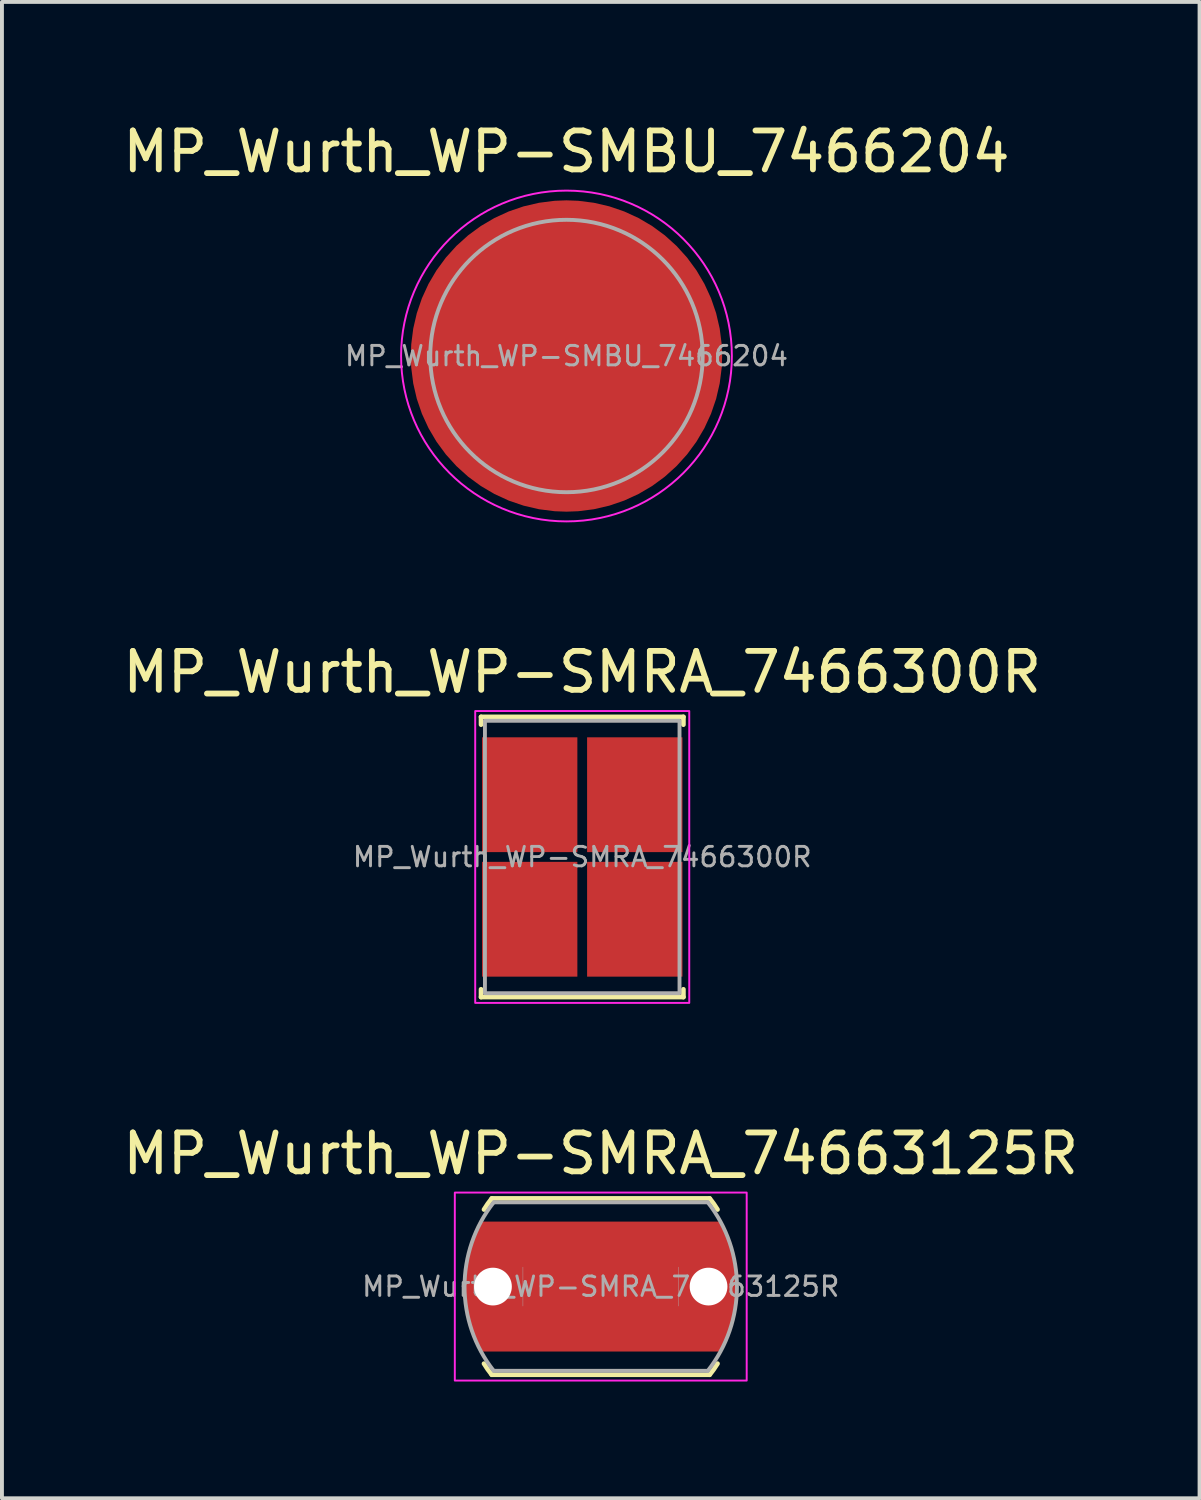
<source format=kicad_pcb>
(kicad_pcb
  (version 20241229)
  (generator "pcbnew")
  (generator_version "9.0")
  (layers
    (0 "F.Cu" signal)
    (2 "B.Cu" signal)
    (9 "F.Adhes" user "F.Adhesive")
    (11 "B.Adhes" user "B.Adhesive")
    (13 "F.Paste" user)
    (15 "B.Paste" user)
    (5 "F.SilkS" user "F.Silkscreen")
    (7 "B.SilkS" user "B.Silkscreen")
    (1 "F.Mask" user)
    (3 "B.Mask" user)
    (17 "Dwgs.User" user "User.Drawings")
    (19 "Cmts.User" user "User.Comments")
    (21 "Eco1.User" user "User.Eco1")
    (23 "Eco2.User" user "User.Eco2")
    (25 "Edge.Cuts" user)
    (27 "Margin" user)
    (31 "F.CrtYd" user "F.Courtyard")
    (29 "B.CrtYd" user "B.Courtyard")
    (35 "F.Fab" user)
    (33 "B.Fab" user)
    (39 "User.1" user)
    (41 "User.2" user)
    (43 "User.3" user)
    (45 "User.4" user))
  (footprint "MP_Wurth_WP-SMRA_74663125R"
    (layer "F.Cu")
    (at 12.387 30.01)
    (property "Reference" "MP_Wurth_WP-SMRA_74663125R" (at 0 -3.415 0) (unlocked yes) (layer "F.SilkS") (effects (font (size 1 1) (thickness 0.15))))
    (attr smd)
    (fp_poly (pts (xy 3.249 -1.319) (xy 3.249 -1.318) (xy 3.374 -0.953) (xy 3.374 -0.953) (xy 3.458 -0.577) (xy 3.459 -0.576) (xy 3.501 -0.193) (xy 3.501 -0.193) (xy 3.501 0.193) (xy 3.501 0.193) (xy 3.459 0.576) (xy 3.458 0.577) (xy 3.374 0.953) (xy 3.374 0.953) (xy 3.249 1.318) (xy 3.249 1.319) (xy 3.083 1.67) (xy -3.083 1.67) (xy -3.374 0.953) (xy -3.458 0.577) (xy -3.459 0.576) (xy -3.501 0.193) (xy -3.501 0.193) (xy -3.501 -0.193) (xy -3.501 -0.193) (xy -3.459 -0.576) (xy -3.458 -0.577) (xy -3.374 -0.953) (xy -3.374 -0.953) (xy -3.249 -1.318) (xy -3.249 -1.319) (xy -3.083 -1.67) (xy 3.083 -1.67)) (stroke (width 0) (type default)) (fill yes) (layer "F.Cu"))
    (fp_poly (pts (xy 3.438 -1.091) (xy 3.532 -0.734) (xy 3.532 -0.733) (xy 3.588 -0.369) (xy 3.588 -0.369) (xy 3.607 -0.000256) (xy 3.607 0.000256) (xy 3.588 0.369) (xy 3.588 0.369) (xy 3.532 0.733) (xy 3.532 0.734) (xy 3.438 1.091) (xy 3.438 1.091) (xy 3.309 1.436) (xy 3.308 1.437) (xy 3.143 1.77) (xy -3.143 1.77) (xy -3.438 1.091) (xy -3.532 0.734) (xy -3.532 0.733) (xy -3.588 0.369) (xy -3.588 0.369) (xy -3.607 0.000256) (xy -3.607 -0.000256) (xy -3.588 -0.369) (xy -3.588 -0.369) (xy -3.532 -0.733) (xy -3.532 -0.734) (xy -3.438 -1.091) (xy -3.438 -1.091) (xy -3.309 -1.436) (xy -3.308 -1.437) (xy -3.143 -1.77) (xy 3.143 -1.77)) (stroke (width 0) (type default)) (fill yes) (layer "F.Mask"))
    (fp_line (start -2.8 -2.265) (end 2.795 -2.265) (stroke (width 0.12) (type solid)) (layer "F.SilkS"))
    (fp_line (start -2.8 2.265) (end 2.795 2.265) (stroke (width 0.12) (type solid)) (layer "F.SilkS"))
    (fp_arc (start -3 -1.98) (mid -2.904656 -2.125767) (end -2.8 -2.265) (stroke (width 0.12) (type solid)) (layer "F.SilkS"))
    (fp_arc (start -2.8 2.265) (mid -2.904971 2.125988) (end -3 1.98) (stroke (width 0.12) (type solid)) (layer "F.SilkS"))
    (fp_arc (start 2.8 -2.265) (mid 2.904971 -2.125988) (end 3 -1.98) (stroke (width 0.12) (type solid)) (layer "F.SilkS"))
    (fp_arc (start 3 1.98) (mid 2.904656 2.125767) (end 2.8 2.265) (stroke (width 0.12) (type solid)) (layer "F.SilkS"))
    (fp_poly (pts (xy 3.362 -0.995) (xy 2.005 -0.995) (xy 2.005 -0.495) (xy -2.005 -0.495) (xy -2.005 -0.995) (xy -3.362 -0.995) (xy -3.239 -1.341) (xy -3.239 -1.342) (xy -3.083 -1.67) (xy 3.083 -1.67)) (stroke (width 0) (type default)) (fill yes) (layer "F.Paste"))
    (fp_poly (pts (xy 2.005 0.995) (xy 3.362 0.995) (xy 3.239 1.341) (xy 3.239 1.342) (xy 3.083 1.67) (xy -3.083 1.67) (xy -3.239 1.342) (xy -3.239 1.341) (xy -3.362 0.995) (xy -2.005 0.995) (xy -2.005 0.495) (xy 2.005 0.495)) (stroke (width 0) (type default)) (fill yes) (layer "F.Paste"))
    (fp_rect (start -3.75 -2.415) (end 3.75 2.415) (stroke (width 0.05) (type solid)) (fill no) (layer "F.CrtYd"))
    (fp_line (start -2.75 -2.165) (end 2.75 -2.165) (stroke (width 0.1) (type solid)) (layer "F.Fab"))
    (fp_line (start -2 -0.5) (end -2 0.5) (stroke (width 0.01) (type solid)) (layer "F.Fab"))
    (fp_line (start 2 -0.5) (end 2 0.5) (stroke (width 0.01) (type solid)) (layer "F.Fab"))
    (fp_line (start 2.75 2.165) (end -2.75 2.165) (stroke (width 0.1) (type solid)) (layer "F.Fab"))
    (fp_arc (start -2.75 2.165) (mid -3.499961 0) (end -2.75 -2.165) (stroke (width 0.1) (type solid)) (layer "F.Fab"))
    (fp_arc (start 2.75 -2.165) (mid 3.499961 0) (end 2.75 2.165) (stroke (width 0.1) (type solid)) (layer "F.Fab"))
    (fp_text user "${REFERENCE}" (at 0 0 0) (unlocked yes) (layer "F.Fab") (effects (font (size 0.5 0.5) (thickness 0.075))))
    (pad "" np_thru_hole circle (at -2.77 0) (size 0.97 0.97) (drill 0.97) (layers "*.Cu" "*.Mask"))
    (pad "" np_thru_hole circle (at 2.77 0) (size 0.97 0.97) (drill 0.97) (layers "*.Cu" "*.Mask"))
    (pad "1" smd rect (at 0 0) (size 3 3) (layers "F.Cu")))
  (footprint "MP_Wurth_WP-SMBU_7466204"
    (layer "F.Cu")
    (at 11.506 6.098)
    (property "Reference" "MP_Wurth_WP-SMBU_7466204" (at 0 -5.25 0) (unlocked yes) (layer "F.SilkS") (effects (font (size 1 1) (thickness 0.15))))
    (attr smd)
    (fp_poly (pts (xy -0.495 -0.495) (xy -3.876 -0.495) (xy -3.87 -0.541) (xy -3.87 -0.541) (xy -3.855 -0.631) (xy -3.84 -0.716) (xy -3.825 -0.796) (xy -3.825 -0.796) (xy -3.8 -0.906) (xy -3.8 -0.906) (xy -3.77 -1.026) (xy -3.77 -1.026) (xy -3.73 -1.161) (xy -3.73 -1.162) (xy -3.69 -1.282) (xy -3.69 -1.282) (xy -3.64 -1.417) (xy -3.64 -1.417) (xy -3.595 -1.527) (xy -3.595 -1.527) (xy -3.54 -1.652) (xy -3.539 -1.652) (xy -3.434 -1.862) (xy -3.434 -1.862) (xy -3.354 -2.002) (xy -3.354 -2.003) (xy -3.279 -2.123) (xy -3.279 -2.123) (xy -3.239 -2.183) (xy -3.239 -2.183) (xy -3.164 -2.288) (xy -3.109 -2.363) (xy -3.109 -2.363) (xy -3.039 -2.453) (xy -3.039 -2.453) (xy -2.959 -2.548) (xy -2.959 -2.548) (xy -2.879 -2.638) (xy -2.879 -2.638) (xy -2.814 -2.708) (xy -2.814 -2.709) (xy -2.734 -2.789) (xy -2.733 -2.789) (xy -2.653 -2.864) (xy -2.593 -2.919) (xy -2.538 -2.969) (xy -2.538 -2.969) (xy -2.493 -3.004) (xy -2.433 -3.054) (xy -2.358 -3.114) (xy -2.358 -3.114) (xy -2.303 -3.154) (xy -2.303 -3.154) (xy -2.238 -3.199) (xy -2.138 -3.269) (xy -2.138 -3.269) (xy -2.068 -3.314) (xy -2.068 -3.314) (xy -1.983 -3.364) (xy -1.918 -3.404) (xy -1.917 -3.404) (xy -1.842 -3.444) (xy -1.747 -3.494) (xy -1.747 -3.495) (xy -1.672 -3.53) (xy -1.612 -3.559) (xy -1.612 -3.56) (xy -1.552 -3.585) (xy -1.382 -3.655) (xy -1.382 -3.655) (xy -1.312 -3.68) (xy -1.257 -3.7) (xy -1.256 -3.7) (xy -1.096 -3.75) (xy -1.096 -3.75) (xy -1.001 -3.775) (xy -0.946 -3.79) (xy -0.946 -3.79) (xy -0.861 -3.81) (xy -0.861 -3.81) (xy -0.741 -3.835) (xy -0.741 -3.835) (xy -0.571 -3.865) (xy -0.571 -3.865) (xy -0.495 -3.876)) (stroke (width 0) (type default)) (fill yes) (layer "F.Paste"))
    (fp_poly (pts (xy -0.495 3.876) (xy -0.541 3.87) (xy -0.541 3.87) (xy -0.631 3.855) (xy -0.716 3.84) (xy -0.796 3.825) (xy -0.796 3.825) (xy -0.906 3.8) (xy -0.906 3.8) (xy -1.026 3.77) (xy -1.026 3.77) (xy -1.161 3.73) (xy -1.162 3.73) (xy -1.282 3.69) (xy -1.282 3.69) (xy -1.417 3.64) (xy -1.417 3.64) (xy -1.527 3.595) (xy -1.527 3.595) (xy -1.652 3.54) (xy -1.652 3.539) (xy -1.862 3.434) (xy -1.862 3.434) (xy -2.002 3.354) (xy -2.003 3.354) (xy -2.123 3.279) (xy -2.123 3.279) (xy -2.183 3.239) (xy -2.183 3.239) (xy -2.288 3.164) (xy -2.363 3.109) (xy -2.363 3.109) (xy -2.453 3.039) (xy -2.453 3.039) (xy -2.548 2.959) (xy -2.548 2.959) (xy -2.638 2.879) (xy -2.638 2.879) (xy -2.708 2.814) (xy -2.709 2.814) (xy -2.789 2.734) (xy -2.789 2.733) (xy -2.864 2.653) (xy -2.919 2.593) (xy -2.969 2.538) (xy -2.969 2.538) (xy -3.004 2.493) (xy -3.054 2.433) (xy -3.114 2.358) (xy -3.114 2.358) (xy -3.154 2.303) (xy -3.154 2.303) (xy -3.199 2.238) (xy -3.269 2.138) (xy -3.269 2.138) (xy -3.314 2.068) (xy -3.314 2.068) (xy -3.364 1.983) (xy -3.404 1.918) (xy -3.404 1.917) (xy -3.444 1.842) (xy -3.494 1.747) (xy -3.495 1.747) (xy -3.53 1.672) (xy -3.559 1.612) (xy -3.56 1.612) (xy -3.585 1.552) (xy -3.655 1.382) (xy -3.655 1.382) (xy -3.68 1.312) (xy -3.7 1.257) (xy -3.7 1.256) (xy -3.75 1.096) (xy -3.75 1.096) (xy -3.775 1.001) (xy -3.79 0.946) (xy -3.79 0.946) (xy -3.81 0.861) (xy -3.81 0.861) (xy -3.835 0.741) (xy -3.835 0.741) (xy -3.865 0.571) (xy -3.865 0.571) (xy -3.876 0.495) (xy -0.495 0.495)) (stroke (width 0) (type default)) (fill yes) (layer "F.Paste"))
    (fp_poly (pts (xy 0.541 -3.87) (xy 0.541 -3.87) (xy 0.631 -3.855) (xy 0.716 -3.84) (xy 0.796 -3.825) (xy 0.796 -3.825) (xy 0.906 -3.8) (xy 0.906 -3.8) (xy 1.026 -3.77) (xy 1.026 -3.77) (xy 1.161 -3.73) (xy 1.162 -3.73) (xy 1.282 -3.69) (xy 1.282 -3.69) (xy 1.417 -3.64) (xy 1.417 -3.64) (xy 1.527 -3.595) (xy 1.527 -3.595) (xy 1.652 -3.54) (xy 1.652 -3.539) (xy 1.862 -3.434) (xy 1.862 -3.434) (xy 2.002 -3.354) (xy 2.003 -3.354) (xy 2.123 -3.279) (xy 2.123 -3.279) (xy 2.183 -3.239) (xy 2.183 -3.239) (xy 2.288 -3.164) (xy 2.363 -3.109) (xy 2.363 -3.109) (xy 2.453 -3.039) (xy 2.453 -3.039) (xy 2.548 -2.959) (xy 2.548 -2.959) (xy 2.638 -2.879) (xy 2.638 -2.879) (xy 2.708 -2.814) (xy 2.709 -2.814) (xy 2.789 -2.734) (xy 2.789 -2.733) (xy 2.864 -2.653) (xy 2.919 -2.593) (xy 2.969 -2.538) (xy 2.969 -2.538) (xy 3.004 -2.493) (xy 3.054 -2.433) (xy 3.114 -2.358) (xy 3.114 -2.358) (xy 3.154 -2.303) (xy 3.154 -2.303) (xy 3.199 -2.238) (xy 3.269 -2.138) (xy 3.269 -2.138) (xy 3.314 -2.068) (xy 3.314 -2.068) (xy 3.364 -1.983) (xy 3.404 -1.918) (xy 3.404 -1.917) (xy 3.444 -1.842) (xy 3.494 -1.747) (xy 3.495 -1.747) (xy 3.53 -1.672) (xy 3.559 -1.612) (xy 3.56 -1.612) (xy 3.585 -1.552) (xy 3.655 -1.382) (xy 3.655 -1.382) (xy 3.68 -1.312) (xy 3.7 -1.257) (xy 3.7 -1.256) (xy 3.75 -1.096) (xy 3.75 -1.096) (xy 3.775 -1.001) (xy 3.79 -0.946) (xy 3.79 -0.946) (xy 3.81 -0.861) (xy 3.81 -0.861) (xy 3.835 -0.741) (xy 3.835 -0.741) (xy 3.865 -0.571) (xy 3.865 -0.571) (xy 3.876 -0.495) (xy 0.495 -0.495) (xy 0.495 -3.876)) (stroke (width 0) (type default)) (fill yes) (layer "F.Paste"))
    (fp_poly (pts (xy 3.87 0.541) (xy 3.87 0.541) (xy 3.855 0.631) (xy 3.84 0.716) (xy 3.825 0.796) (xy 3.825 0.796) (xy 3.8 0.906) (xy 3.8 0.906) (xy 3.77 1.026) (xy 3.77 1.026) (xy 3.73 1.161) (xy 3.73 1.162) (xy 3.69 1.282) (xy 3.69 1.282) (xy 3.64 1.417) (xy 3.64 1.417) (xy 3.595 1.527) (xy 3.595 1.527) (xy 3.54 1.652) (xy 3.539 1.652) (xy 3.434 1.862) (xy 3.434 1.862) (xy 3.354 2.002) (xy 3.354 2.003) (xy 3.279 2.123) (xy 3.279 2.123) (xy 3.239 2.183) (xy 3.239 2.183) (xy 3.164 2.288) (xy 3.109 2.363) (xy 3.109 2.363) (xy 3.039 2.453) (xy 3.039 2.453) (xy 2.959 2.548) (xy 2.959 2.548) (xy 2.879 2.638) (xy 2.879 2.638) (xy 2.814 2.708) (xy 2.814 2.709) (xy 2.734 2.789) (xy 2.733 2.789) (xy 2.653 2.864) (xy 2.593 2.919) (xy 2.538 2.969) (xy 2.538 2.969) (xy 2.493 3.004) (xy 2.433 3.054) (xy 2.358 3.114) (xy 2.358 3.114) (xy 2.303 3.154) (xy 2.303 3.154) (xy 2.238 3.199) (xy 2.138 3.269) (xy 2.138 3.269) (xy 2.068 3.314) (xy 2.068 3.314) (xy 1.983 3.364) (xy 1.918 3.404) (xy 1.917 3.404) (xy 1.842 3.444) (xy 1.747 3.494) (xy 1.747 3.495) (xy 1.672 3.53) (xy 1.612 3.559) (xy 1.612 3.56) (xy 1.552 3.585) (xy 1.382 3.655) (xy 1.382 3.655) (xy 1.312 3.68) (xy 1.257 3.7) (xy 1.256 3.7) (xy 1.096 3.75) (xy 1.096 3.75) (xy 1.001 3.775) (xy 0.946 3.79) (xy 0.946 3.79) (xy 0.861 3.81) (xy 0.861 3.81) (xy 0.741 3.835) (xy 0.741 3.835) (xy 0.571 3.865) (xy 0.571 3.865) (xy 0.495 3.876) (xy 0.495 0.495) (xy 3.876 0.495)) (stroke (width 0) (type default)) (fill yes) (layer "F.Paste"))
    (fp_circle (center 0 0) (end 4.25 0) (stroke (width 0.05) (type solid)) (fill no) (layer "F.CrtYd"))
    (fp_circle (center 0 0) (end 3.5 0) (stroke (width 0.1) (type solid)) (fill no) (layer "F.Fab"))
    (fp_text user "${REFERENCE}" (at 0 0 0) (unlocked yes) (layer "F.Fab") (effects (font (size 0.5 0.5) (thickness 0.075))))
    (pad "1" smd roundrect (at 0 0) (size 8 8) (layers "F.Cu" "F.Mask") (roundrect_rratio 0.5)))
  (footprint "MP_Wurth_WP-SMRA_7466300R"
    (layer "F.Cu")
    (at 11.911 18.971)
    (property "Reference" "MP_Wurth_WP-SMRA_7466300R" (at 0 -4.75 0) (unlocked yes) (layer "F.SilkS") (effects (font (size 1 1) (thickness 0.15))))
    (attr smd)
    (fp_line (start -2.6 -3.6) (end -2.6 -3.4) (stroke (width 0.12) (type solid)) (layer "F.SilkS"))
    (fp_line (start -2.6 3.4) (end -2.6 3.6) (stroke (width 0.12) (type solid)) (layer "F.SilkS"))
    (fp_line (start -2.6 3.6) (end 2.6 3.6) (stroke (width 0.12) (type solid)) (layer "F.SilkS"))
    (fp_line (start 2.6 -3.6) (end -2.6 -3.6) (stroke (width 0.12) (type solid)) (layer "F.SilkS"))
    (fp_line (start 2.6 -3.4) (end 2.6 -3.6) (stroke (width 0.12) (type solid)) (layer "F.SilkS"))
    (fp_line (start 2.6 3.6) (end 2.6 3.4) (stroke (width 0.12) (type solid)) (layer "F.SilkS"))
    (fp_poly (pts (xy -2.475 -0.225) (xy -0.223 -0.225) (xy -0.223 -2.975) (xy -2.475 -2.975)) (stroke (width 0) (type default)) (fill yes) (layer "F.Paste"))
    (fp_poly (pts (xy -2.475 2.975) (xy -0.223 2.975) (xy -0.223 0.225) (xy -2.475 0.225)) (stroke (width 0) (type default)) (fill yes) (layer "F.Paste"))
    (fp_poly (pts (xy 0.225 -0.225) (xy 2.478 -0.225) (xy 2.478 -2.975) (xy 0.225 -2.975)) (stroke (width 0) (type default)) (fill yes) (layer "F.Paste"))
    (fp_poly (pts (xy 0.225 2.975) (xy 2.478 2.975) (xy 2.478 0.225) (xy 0.225 0.225)) (stroke (width 0) (type default)) (fill yes) (layer "F.Paste"))
    (fp_rect (start -2.75 -3.75) (end 2.75 3.75) (stroke (width 0.05) (type solid)) (fill no) (layer "F.CrtYd"))
    (fp_rect (start -2.5 -3.5) (end 2.5 3.5) (stroke (width 0.1) (type solid)) (fill no) (layer "F.Fab"))
    (fp_text user "${REFERENCE}" (at 0 0 0) (unlocked yes) (layer "F.Fab") (effects (font (size 0.5 0.5) (thickness 0.075))))
    (pad "1" smd rect (at -1.35 -1.6 90) (size 2.95 2.45) (layers "F.Cu" "F.Mask"))
    (pad "1" smd rect (at -1.35 1.6 90) (size 2.95 2.45) (layers "F.Cu" "F.Mask"))
    (pad "1" smd rect (at 1.35 -1.6 90) (size 2.95 2.45) (layers "F.Cu" "F.Mask"))
    (pad "1" smd rect (at 1.35 1.6 90) (size 2.95 2.45) (layers "F.Cu" "F.Mask")))
  (gr_rect
    (start -3 -3)
    (end 27.774 35.45)
    (stroke (width 0.1) (type default))
    (fill no)
    (layer "Edge.Cuts")))
</source>
